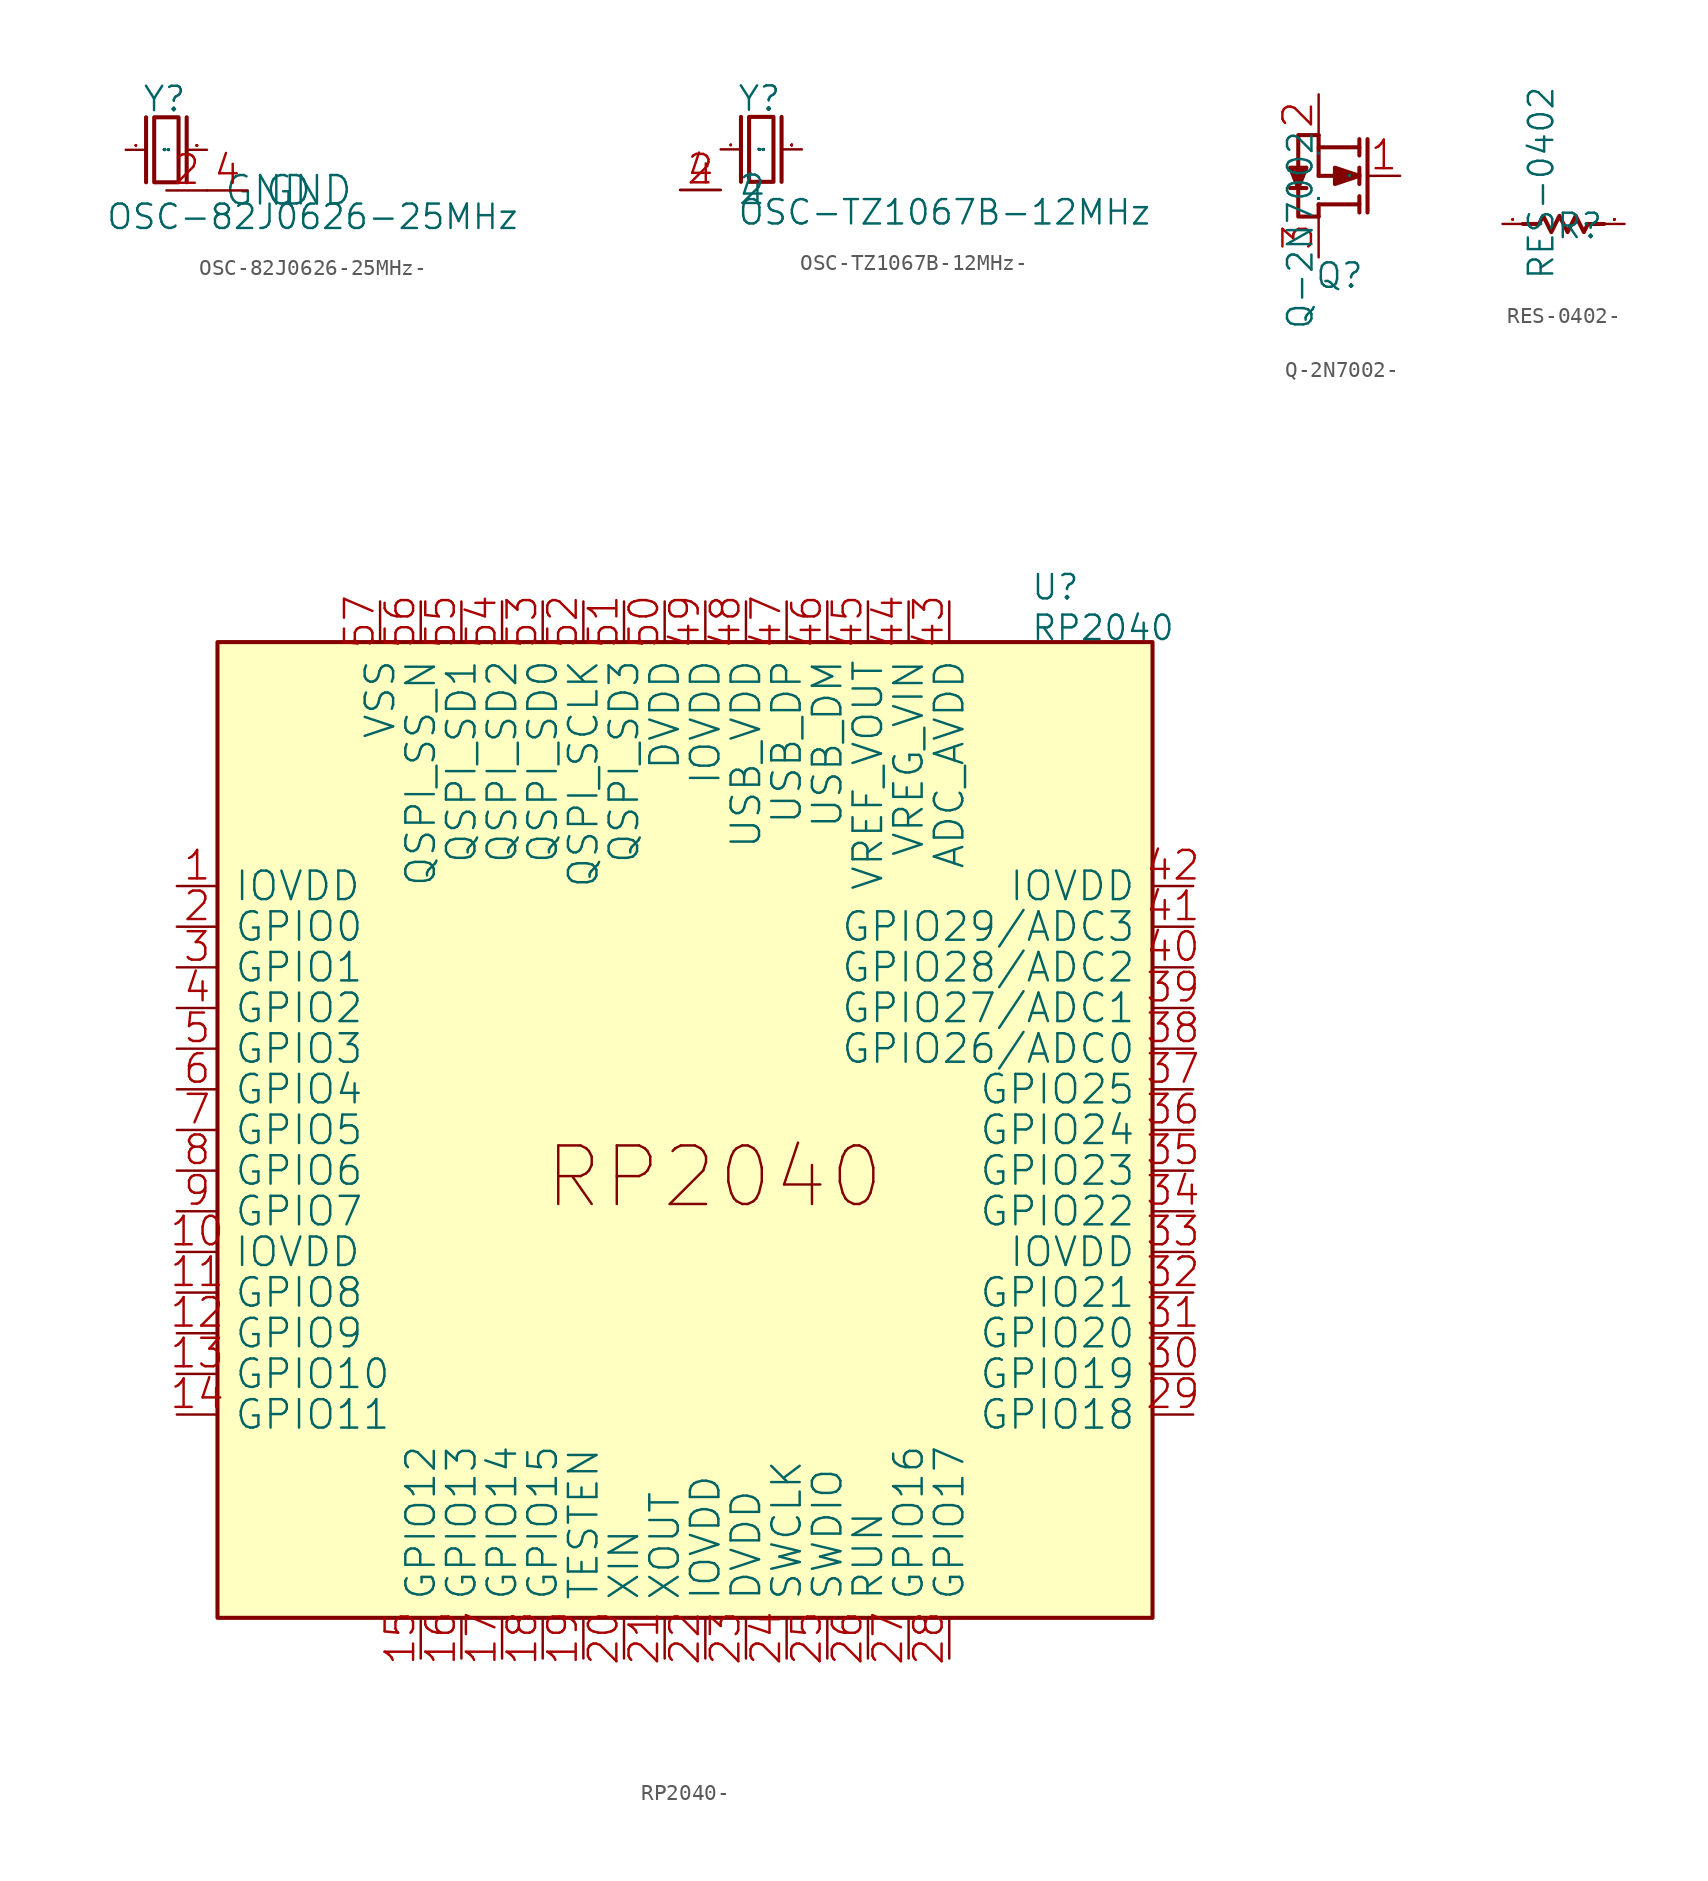
<source format=kicad_sym>
(kicad_symbol_lib
  (version 20220914)
  (generator kicad_symbol_editor)
  (symbol "OSC-82J0626-25MHz-"
    (pin_names
      (offset 1.016))
    (property "Reference" "Y"
      (at 1.016 2.286 0)
      (effects (font (size 1.524 1.524)) (justify left bottom)))
    (property "Value" "OSC-82J0626-25MHz"
      (at -1.27 -5.08 0)
      (effects (font (size 1.524 1.524)) (justify left bottom)))
    (property "Footprint" ""
      (at 0 0 0)
      (effects (font (size 1.524 1.524))))
    (property "Datasheet" ""
      (at 0 0 0)
      (effects (font (size 1.524 1.524))))
    (symbol "OSC-82J0626-25MHz-_0_1"
      (polyline (pts (xy 1.27 2.032) (xy 1.27 -2.032)) (stroke (width 0.254) (type solid)) (fill (type none)))
      (polyline (pts (xy 3.81 2.032) (xy 3.81 -2.032)) (stroke (width 0.254) (type solid)) (fill (type none)))
      (polyline (pts (xy 3.302 -2.032) (xy 3.302 2.032) (xy 1.778 2.032) (xy 1.778 -2.032) (xy 3.302 -2.032)) (stroke (width 0.254) (type solid)) (fill (type none)))
      (pin passive line (at 0 0 0) (length 1.27) (name "inp" (effects (font (size 0.025 0.025)))) (number "1" (effects (font (size 0.025 0.025)))))
      (pin passive line (at 2.54 -2.54 0) (length 2.54) (name "GND" (effects (font (size 1.778 1.778)))) (number "2" (effects (font (size 1.778 1.778)))))
      (pin passive line (at 5.08 0 180) (length 1.27) (name "out" (effects (font (size 0.025 0.025)))) (number "3" (effects (font (size 0.025 0.025)))))
      (pin passive line (at 5.08 -2.54 0) (length 2.54) (name "GND" (effects (font (size 1.778 1.778)))) (number "4" (effects (font (size 1.778 1.778)))))))
  (symbol "OSC-TZ1067B-12MHz-"
    (pin_names
      (offset 1.016))
    (property "Reference" "Y"
      (at 1.016 2.286 0)
      (effects (font (size 1.524 1.524)) (justify left bottom)))
    (property "Value" "OSC-TZ1067B-12MHz"
      (at 1.016 -4.826 0)
      (effects (font (size 1.524 1.524)) (justify left bottom)))
    (property "Footprint" ""
      (at 0 0 0)
      (effects (font (size 1.524 1.524))))
    (property "Datasheet" ""
      (at 0 0 0)
      (effects (font (size 1.524 1.524))))
    (symbol "OSC-TZ1067B-12MHz-_0_1"
      (polyline (pts (xy 1.27 2.032) (xy 1.27 -2.032)) (stroke (width 0.254) (type solid)) (fill (type none)))
      (polyline (pts (xy 3.81 2.032) (xy 3.81 -2.032)) (stroke (width 0.254) (type solid)) (fill (type none)))
      (polyline (pts (xy 3.302 -2.032) (xy 3.302 2.032) (xy 1.778 2.032) (xy 1.778 -2.032) (xy 3.302 -2.032)) (stroke (width 0.254) (type solid)) (fill (type none)))
      (pin passive line (at 0 0 0) (length 1.27) (name "inp" (effects (font (size 0.025 0.025)))) (number "1" (effects (font (size 0.025 0.025)))))
      (pin passive line (at -2.54 -2.54 0) (length 2.54) (name "2" (effects (font (size 1.778 1.778)))) (number "2" (effects (font (size 1.778 1.778)))))
      (pin passive line (at 5.08 0 180) (length 1.27) (name "out" (effects (font (size 0.025 0.025)))) (number "3" (effects (font (size 0.025 0.025)))))
      (pin passive line (at -2.54 -2.54 0) (length 2.54) (name "4" (effects (font (size 1.778 1.778)))) (number "4" (effects (font (size 1.778 1.778)))))))
  (symbol "Q-2N7002-"
    (pin_names
      (offset 1.016))
    (property "Reference" "Q"
      (at -2.794 -7.112 0)
      (effects (font (size 1.524 1.524)) (justify left bottom)))
    (property "Value" "Q-2N7002"
      (at -2.794 -9.652 90)
      (effects (font (size 1.524 1.524)) (justify left bottom)))
    (property "Footprint" ""
      (at 0 0 0)
      (effects (font (size 1.524 1.524))))
    (property "Datasheet" ""
      (at 0 0 0)
      (effects (font (size 1.524 1.524))))
    (symbol "Q-2N7002-_0_1"
      (polyline (pts (xy -3.302 -0.762) (xy -4.318 -0.762)) (stroke (width 0.254) (type solid)) (fill (type none)))
      (polyline (pts (xy -2.54 -1.778) (xy -2.54 -2.54)) (stroke (width 0.254) (type solid)) (fill (type none)))
      (polyline (pts (xy -2.54 -1.778) (xy 0 -1.778)) (stroke (width 0.254) (type solid)) (fill (type none)))
      (polyline (pts (xy -2.54 0) (xy -2.54 2.54)) (stroke (width 0.254) (type solid)) (fill (type none)))
      (polyline (pts (xy -2.54 0) (xy 0 0)) (stroke (width 0.254) (type solid)) (fill (type none)))
      (polyline (pts (xy -2.54 1.778) (xy 0 1.778)) (stroke (width 0.254) (type solid)) (fill (type none)))
      (polyline (pts (xy 0 -2.286) (xy 0 -1.27)) (stroke (width 0.254) (type solid)) (fill (type none)))
      (polyline (pts (xy 0 0.508) (xy 0 -0.508)) (stroke (width 0.254) (type solid)) (fill (type none)))
      (polyline (pts (xy 0 2.286) (xy 0 1.27)) (stroke (width 0.254) (type solid)) (fill (type none)))
      (polyline (pts (xy 0.508 -2.286) (xy 0.508 2.286)) (stroke (width 0.254) (type solid)) (fill (type none)))
      (polyline (pts (xy -3.81 -0.762) (xy -3.81 -2.54) (xy -2.54 -2.54)) (stroke (width 0.254) (type solid)) (fill (type none)))
      (polyline (pts (xy -2.54 2.54) (xy -3.81 2.54) (xy -3.81 0.508)) (stroke (width 0.254) (type solid)) (fill (type none)))
      (polyline (pts (xy -3.302 0.508) (xy -4.318 0.508) (xy -3.81 -0.762) (xy -3.302 0.508)) (stroke (width 0.254) (type solid)) (fill (type outline)))
      (polyline (pts (xy 0 0) (xy -1.524 0.508) (xy -1.524 -0.508) (xy 0 0)) (stroke (width 0.254) (type solid)) (fill (type outline)))
      (pin passive line (at 2.54 0 180) (length 2.032) (name "G" (effects (font (size 0.025 0.025)))) (number "1" (effects (font (size 1.778 1.778)))))
      (pin passive line (at -2.54 5.08 270) (length 2.54) (name "S" (effects (font (size 0.025 0.025)))) (number "2" (effects (font (size 1.778 1.778)))))
      (pin passive line (at -2.54 -5.08 90) (length 2.54) (name "D" (effects (font (size 0.025 0.025)))) (number "3" (effects (font (size 1.778 1.778)))))))
  (symbol "RES-0402-"
    (pin_names
      (offset 1.016))
    (property "Reference" "R"
      (at 0.762 -1.016 0)
      (effects (font (size 1.524 1.524)) (justify left bottom)))
    (property "Value" "RES-0402"
      (at 0.762 -3.556 90)
      (effects (font (size 1.524 1.524)) (justify left bottom)))
    (property "Footprint" ""
      (at 0 0 0)
      (effects (font (size 1.524 1.524))))
    (property "Datasheet" ""
      (at 0 0 0)
      (effects (font (size 1.524 1.524))))
    (symbol "RES-0402-_0_1"
      (polyline (pts (xy 3.81 0) (xy 2.794 0) (xy 2.54 -0.508) (xy 2.032 0.508) (xy 1.524 -0.508) (xy 1.016 0.508) (xy 0.508 -0.508) (xy 0 0.508) (xy -0.254 0) (xy -1.27 0)) (stroke (width 0.254) (type solid)) (fill (type none)))
      (pin passive line (at -2.54 0 0) (length 1.27) (name "1" (effects (font (size 0.025 0.025)))) (number "1" (effects (font (size 0.025 0.025)))))
      (pin passive line (at 5.08 0 180) (length 1.27) (name "2" (effects (font (size 0.025 0.025)))) (number "2" (effects (font (size 0.025 0.025)))))))
  (symbol "RP2040-"
    (pin_names
      (offset 1.016))
    (property "Reference" "U"
      (at 53.34 17.78 0)
      (effects (font (size 1.524 1.524)) (justify left bottom)))
    (property "Value" "RP2040"
      (at 53.34 15.24 0)
      (effects (font (size 1.524 1.524)) (justify left bottom)))
    (property "Footprint" ""
      (at 0 0 0)
      (effects (font (size 1.524 1.524))))
    (property "Datasheet" ""
      (at 0 0 0)
      (effects (font (size 1.524 1.524))))
    (symbol "RP2040-_0_1"
      (rectangle (start 2.54 -45.72) (end 60.96 15.24) (stroke (width 0.254) (type solid)) (fill (type background)))
      (pin passive line (at 0 0 0) (length 2.54) (name "IOVDD" (effects (font (size 1.778 1.778)))) (number "1" (effects (font (size 1.778 1.778)))))
      (pin passive line (at 0 -22.86 0) (length 2.54) (name "IOVDD" (effects (font (size 1.778 1.778)))) (number "10" (effects (font (size 1.778 1.778)))))
      (pin passive line (at 0 -25.4 0) (length 2.54) (name "GPIO8" (effects (font (size 1.778 1.778)))) (number "11" (effects (font (size 1.778 1.778)))))
      (pin passive line (at 0 -27.94 0) (length 2.54) (name "GPIO9" (effects (font (size 1.778 1.778)))) (number "12" (effects (font (size 1.778 1.778)))))
      (pin passive line (at 0 -30.48 0) (length 2.54) (name "GPIO10" (effects (font (size 1.778 1.778)))) (number "13" (effects (font (size 1.778 1.778)))))
      (pin passive line (at 0 -33.02 0) (length 2.54) (name "GPIO11" (effects (font (size 1.778 1.778)))) (number "14" (effects (font (size 1.778 1.778)))))
      (pin passive line (at 15.24 -48.26 90) (length 2.54) (name "GPIO12" (effects (font (size 1.778 1.778)))) (number "15" (effects (font (size 1.778 1.778)))))
      (pin passive line (at 17.78 -48.26 90) (length 2.54) (name "GPIO13" (effects (font (size 1.778 1.778)))) (number "16" (effects (font (size 1.778 1.778)))))
      (pin passive line (at 20.32 -48.26 90) (length 2.54) (name "GPIO14" (effects (font (size 1.778 1.778)))) (number "17" (effects (font (size 1.778 1.778)))))
      (pin passive line (at 22.86 -48.26 90) (length 2.54) (name "GPIO15" (effects (font (size 1.778 1.778)))) (number "18" (effects (font (size 1.778 1.778)))))
      (pin passive line (at 25.4 -48.26 90) (length 2.54) (name "TESTEN" (effects (font (size 1.778 1.778)))) (number "19" (effects (font (size 1.778 1.778)))))
      (pin passive line (at 0 -2.54 0) (length 2.54) (name "GPIO0" (effects (font (size 1.778 1.778)))) (number "2" (effects (font (size 1.778 1.778)))))
      (pin passive line (at 27.94 -48.26 90) (length 2.54) (name "XIN" (effects (font (size 1.778 1.778)))) (number "20" (effects (font (size 1.778 1.778)))))
      (pin passive line (at 30.48 -48.26 90) (length 2.54) (name "XOUT" (effects (font (size 1.778 1.778)))) (number "21" (effects (font (size 1.778 1.778)))))
      (pin passive line (at 33.02 -48.26 90) (length 2.54) (name "IOVDD" (effects (font (size 1.778 1.778)))) (number "22" (effects (font (size 1.778 1.778)))))
      (pin passive line (at 35.56 -48.26 90) (length 2.54) (name "DVDD" (effects (font (size 1.778 1.778)))) (number "23" (effects (font (size 1.778 1.778)))))
      (pin passive line (at 38.1 -48.26 90) (length 2.54) (name "SWCLK" (effects (font (size 1.778 1.778)))) (number "24" (effects (font (size 1.778 1.778)))))
      (pin passive line (at 40.64 -48.26 90) (length 2.54) (name "SWDIO" (effects (font (size 1.778 1.778)))) (number "25" (effects (font (size 1.778 1.778)))))
      (pin passive line (at 43.18 -48.26 90) (length 2.54) (name "RUN" (effects (font (size 1.778 1.778)))) (number "26" (effects (font (size 1.778 1.778)))))
      (pin passive line (at 45.72 -48.26 90) (length 2.54) (name "GPIO16" (effects (font (size 1.778 1.778)))) (number "27" (effects (font (size 1.778 1.778)))))
      (pin passive line (at 48.26 -48.26 90) (length 2.54) (name "GPIO17" (effects (font (size 1.778 1.778)))) (number "28" (effects (font (size 1.778 1.778)))))
      (pin passive line (at 63.5 -33.02 180) (length 2.54) (name "GPIO18" (effects (font (size 1.778 1.778)))) (number "29" (effects (font (size 1.778 1.778)))))
      (pin passive line (at 0 -5.08 0) (length 2.54) (name "GPIO1" (effects (font (size 1.778 1.778)))) (number "3" (effects (font (size 1.778 1.778)))))
      (pin passive line (at 63.5 -30.48 180) (length 2.54) (name "GPIO19" (effects (font (size 1.778 1.778)))) (number "30" (effects (font (size 1.778 1.778)))))
      (pin passive line (at 63.5 -27.94 180) (length 2.54) (name "GPIO20" (effects (font (size 1.778 1.778)))) (number "31" (effects (font (size 1.778 1.778)))))
      (pin passive line (at 63.5 -25.4 180) (length 2.54) (name "GPIO21" (effects (font (size 1.778 1.778)))) (number "32" (effects (font (size 1.778 1.778)))))
      (pin passive line (at 63.5 -22.86 180) (length 2.54) (name "IOVDD" (effects (font (size 1.778 1.778)))) (number "33" (effects (font (size 1.778 1.778)))))
      (pin passive line (at 63.5 -20.32 180) (length 2.54) (name "GPIO22" (effects (font (size 1.778 1.778)))) (number "34" (effects (font (size 1.778 1.778)))))
      (pin passive line (at 63.5 -17.78 180) (length 2.54) (name "GPIO23" (effects (font (size 1.778 1.778)))) (number "35" (effects (font (size 1.778 1.778)))))
      (pin passive line (at 63.5 -15.24 180) (length 2.54) (name "GPIO24" (effects (font (size 1.778 1.778)))) (number "36" (effects (font (size 1.778 1.778)))))
      (pin passive line (at 63.5 -12.7 180) (length 2.54) (name "GPIO25" (effects (font (size 1.778 1.778)))) (number "37" (effects (font (size 1.778 1.778)))))
      (pin passive line (at 63.5 -10.16 180) (length 2.54) (name "GPIO26/ADC0" (effects (font (size 1.778 1.778)))) (number "38" (effects (font (size 1.778 1.778)))))
      (pin passive line (at 63.5 -7.62 180) (length 2.54) (name "GPIO27/ADC1" (effects (font (size 1.778 1.778)))) (number "39" (effects (font (size 1.778 1.778)))))
      (pin passive line (at 0 -7.62 0) (length 2.54) (name "GPIO2" (effects (font (size 1.778 1.778)))) (number "4" (effects (font (size 1.778 1.778)))))
      (pin passive line (at 63.5 -5.08 180) (length 2.54) (name "GPIO28/ADC2" (effects (font (size 1.778 1.778)))) (number "40" (effects (font (size 1.778 1.778)))))
      (pin passive line (at 63.5 -2.54 180) (length 2.54) (name "GPIO29/ADC3" (effects (font (size 1.778 1.778)))) (number "41" (effects (font (size 1.778 1.778)))))
      (pin passive line (at 63.5 0 180) (length 2.54) (name "IOVDD" (effects (font (size 1.778 1.778)))) (number "42" (effects (font (size 1.778 1.778)))))
      (pin passive line (at 48.26 17.78 270) (length 2.54) (name "ADC_AVDD" (effects (font (size 1.778 1.778)))) (number "43" (effects (font (size 1.778 1.778)))))
      (pin passive line (at 45.72 17.78 270) (length 2.54) (name "VREG_VIN" (effects (font (size 1.778 1.778)))) (number "44" (effects (font (size 1.778 1.778)))))
      (pin passive line (at 43.18 17.78 270) (length 2.54) (name "VREF_VOUT" (effects (font (size 1.778 1.778)))) (number "45" (effects (font (size 1.778 1.778)))))
      (pin passive line (at 40.64 17.78 270) (length 2.54) (name "USB_DM" (effects (font (size 1.778 1.778)))) (number "46" (effects (font (size 1.778 1.778)))))
      (pin passive line (at 38.1 17.78 270) (length 2.54) (name "USB_DP" (effects (font (size 1.778 1.778)))) (number "47" (effects (font (size 1.778 1.778)))))
      (pin passive line (at 35.56 17.78 270) (length 2.54) (name "USB_VDD" (effects (font (size 1.778 1.778)))) (number "48" (effects (font (size 1.778 1.778)))))
      (pin passive line (at 33.02 17.78 270) (length 2.54) (name "IOVDD" (effects (font (size 1.778 1.778)))) (number "49" (effects (font (size 1.778 1.778)))))
      (pin passive line (at 0 -10.16 0) (length 2.54) (name "GPIO3" (effects (font (size 1.778 1.778)))) (number "5" (effects (font (size 1.778 1.778)))))
      (pin passive line (at 30.48 17.78 270) (length 2.54) (name "DVDD" (effects (font (size 1.778 1.778)))) (number "50" (effects (font (size 1.778 1.778)))))
      (pin passive line (at 27.94 17.78 270) (length 2.54) (name "QSPI_SD3" (effects (font (size 1.778 1.778)))) (number "51" (effects (font (size 1.778 1.778)))))
      (pin passive line (at 25.4 17.78 270) (length 2.54) (name "QSPI_SCLK" (effects (font (size 1.778 1.778)))) (number "52" (effects (font (size 1.778 1.778)))))
      (pin passive line (at 22.86 17.78 270) (length 2.54) (name "QSPI_SD0" (effects (font (size 1.778 1.778)))) (number "53" (effects (font (size 1.778 1.778)))))
      (pin passive line (at 20.32 17.78 270) (length 2.54) (name "QSPI_SD2" (effects (font (size 1.778 1.778)))) (number "54" (effects (font (size 1.778 1.778)))))
      (pin passive line (at 17.78 17.78 270) (length 2.54) (name "QSPI_SD1" (effects (font (size 1.778 1.778)))) (number "55" (effects (font (size 1.778 1.778)))))
      (pin passive line (at 15.24 17.78 270) (length 2.54) (name "QSPI_SS_N" (effects (font (size 1.778 1.778)))) (number "56" (effects (font (size 1.778 1.778)))))
      (pin passive line (at 12.7 17.78 270) (length 2.54) (name "VSS" (effects (font (size 1.778 1.778)))) (number "57" (effects (font (size 1.778 1.778)))))
      (pin passive line (at 0 -12.7 0) (length 2.54) (name "GPIO4" (effects (font (size 1.778 1.778)))) (number "6" (effects (font (size 1.778 1.778)))))
      (pin passive line (at 0 -15.24 0) (length 2.54) (name "GPIO5" (effects (font (size 1.778 1.778)))) (number "7" (effects (font (size 1.778 1.778)))))
      (pin passive line (at 0 -17.78 0) (length 2.54) (name "GPIO6" (effects (font (size 1.778 1.778)))) (number "8" (effects (font (size 1.778 1.778)))))
      (pin passive line (at 0 -20.32 0) (length 2.54) (name "GPIO7" (effects (font (size 1.778 1.778)))) (number "9" (effects (font (size 1.778 1.778))))))
    (symbol "RP2040-_1_1"
      (text "RP2040" (at 22.86 -20.32 0) (effects (font (size 3.658 3.658)) (justify left bottom))))))
</source>
